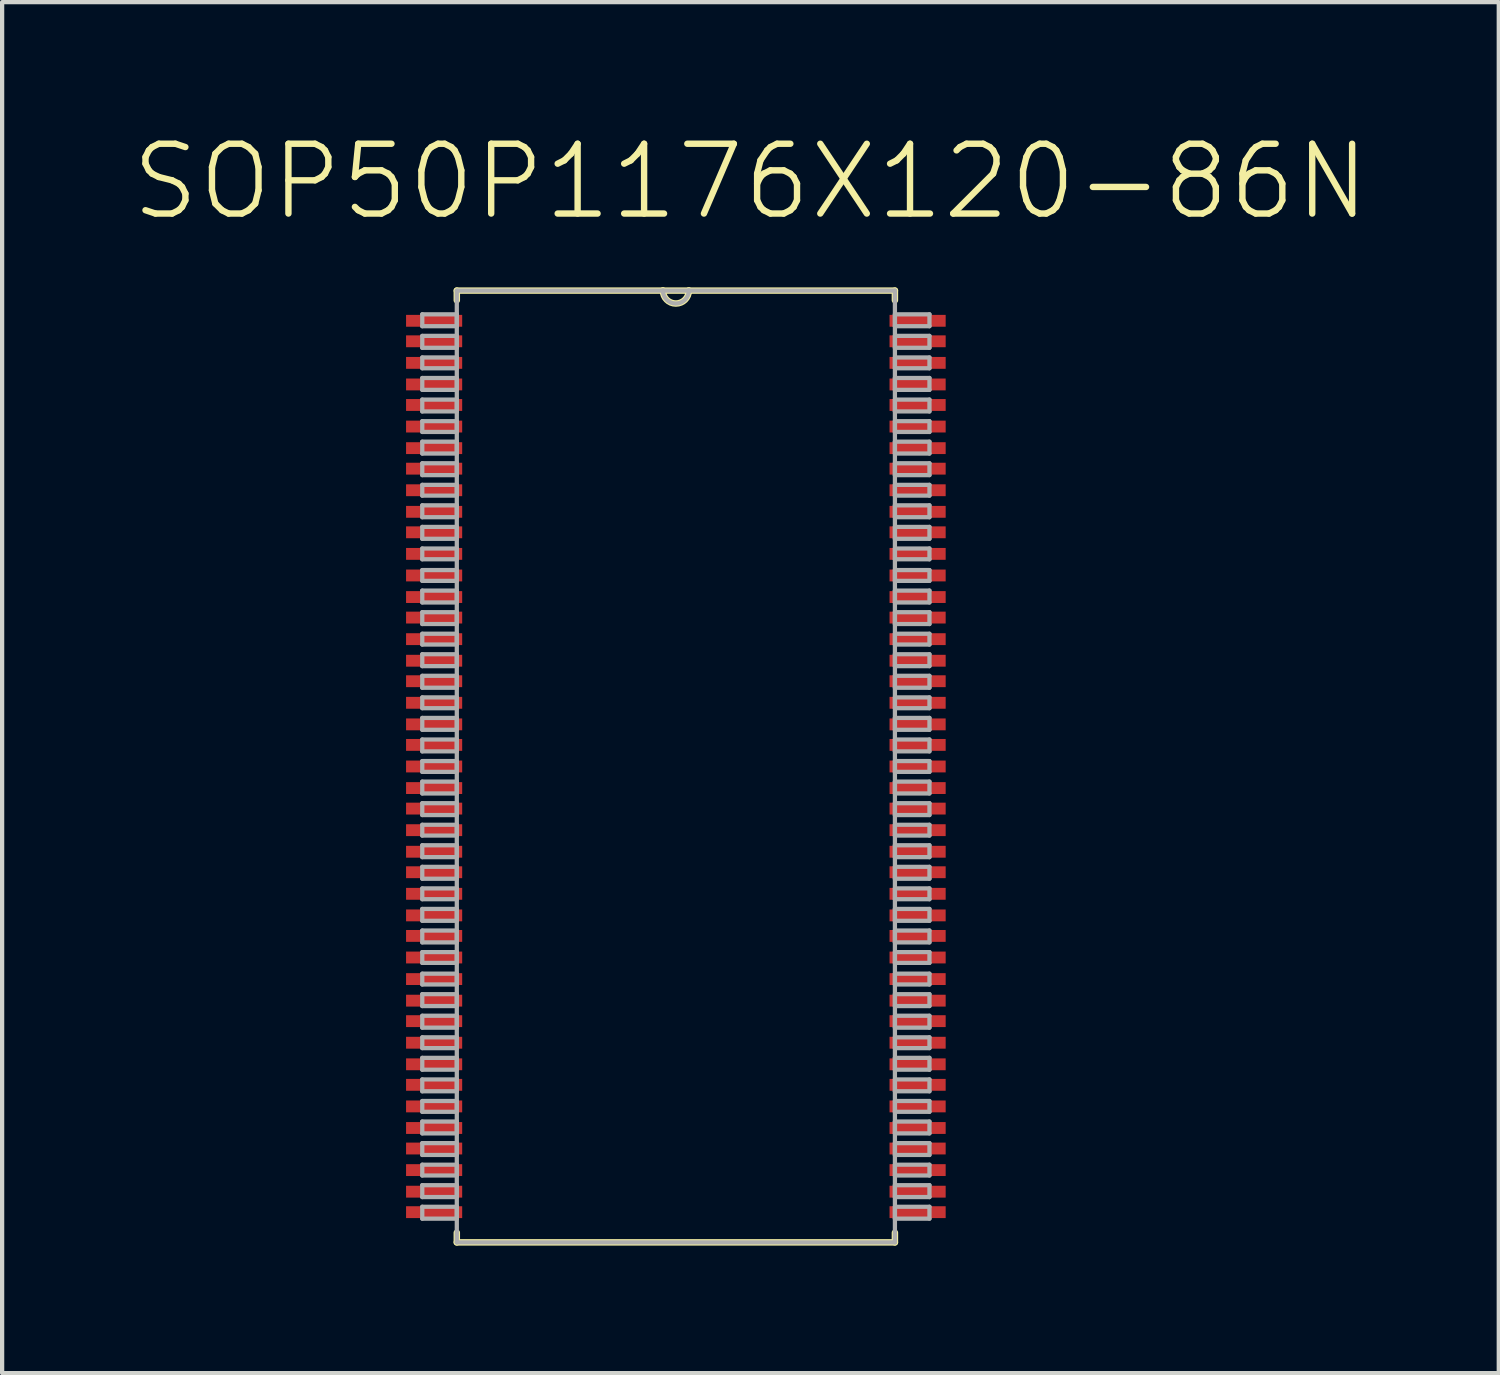
<source format=kicad_pcb>
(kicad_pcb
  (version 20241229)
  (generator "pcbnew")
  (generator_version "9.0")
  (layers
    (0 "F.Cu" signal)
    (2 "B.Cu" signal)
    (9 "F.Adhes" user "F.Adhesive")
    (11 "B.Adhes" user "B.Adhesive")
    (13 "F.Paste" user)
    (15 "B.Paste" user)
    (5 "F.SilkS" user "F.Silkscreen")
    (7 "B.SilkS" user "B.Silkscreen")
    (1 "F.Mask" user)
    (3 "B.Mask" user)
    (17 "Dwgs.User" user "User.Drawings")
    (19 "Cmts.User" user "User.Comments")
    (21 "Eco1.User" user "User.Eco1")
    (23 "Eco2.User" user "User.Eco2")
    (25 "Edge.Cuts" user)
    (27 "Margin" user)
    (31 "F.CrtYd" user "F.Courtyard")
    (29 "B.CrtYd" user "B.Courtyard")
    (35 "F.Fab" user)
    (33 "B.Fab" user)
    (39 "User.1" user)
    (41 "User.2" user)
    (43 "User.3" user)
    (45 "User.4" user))
  (footprint "SOP50P1176X120-86N"
    (layer "F.Cu")
    (at 12.858 14.991)
    (property "Reference" "SOP50P1176X120-86N" (at 1.756 -13.767 0) (layer "F.SilkS") (effects (font (size 1.643 1.643) (thickness 0.15))))
    (attr smd)
    (fp_line (start -5.156 -11.201) (end -5.156 -10.973) (stroke (width 0.152) (type solid)) (layer "F.SilkS"))
    (fp_line (start -5.156 10.973) (end -5.156 11.201) (stroke (width 0.152) (type solid)) (layer "F.SilkS"))
    (fp_line (start -5.156 11.201) (end 5.156 11.201) (stroke (width 0.152) (type solid)) (layer "F.SilkS"))
    (fp_line (start -0.305 -11.201) (end -5.156 -11.201) (stroke (width 0.152) (type solid)) (layer "F.SilkS"))
    (fp_line (start 0.305 -11.201) (end -0.305 -11.201) (stroke (width 0.152) (type solid)) (layer "F.SilkS"))
    (fp_line (start 5.156 -11.201) (end 0.305 -11.201) (stroke (width 0.152) (type solid)) (layer "F.SilkS"))
    (fp_line (start 5.156 -10.973) (end 5.156 -11.201) (stroke (width 0.152) (type solid)) (layer "F.SilkS"))
    (fp_line (start 5.156 11.201) (end 5.156 10.973) (stroke (width 0.152) (type solid)) (layer "F.SilkS"))
    (fp_arc (start 0.3048 -11.2014) (mid 0 -10.8966) (end -0.3048 -11.2014) (stroke (width 0.1524) (type solid)) (layer "F.SilkS"))
    (fp_line (start -5.969 -10.643) (end -5.969 -10.363) (stroke (width 0.1) (type solid)) (layer "F.Fab"))
    (fp_line (start -5.969 -10.363) (end -5.156 -10.363) (stroke (width 0.1) (type solid)) (layer "F.Fab"))
    (fp_line (start -5.969 -10.135) (end -5.969 -9.855) (stroke (width 0.1) (type solid)) (layer "F.Fab"))
    (fp_line (start -5.969 -9.855) (end -5.156 -9.855) (stroke (width 0.1) (type solid)) (layer "F.Fab"))
    (fp_line (start -5.969 -9.627) (end -5.969 -9.373) (stroke (width 0.1) (type solid)) (layer "F.Fab"))
    (fp_line (start -5.969 -9.373) (end -5.156 -9.373) (stroke (width 0.1) (type solid)) (layer "F.Fab"))
    (fp_line (start -5.969 -9.144) (end -5.969 -8.865) (stroke (width 0.1) (type solid)) (layer "F.Fab"))
    (fp_line (start -5.969 -8.865) (end -5.156 -8.865) (stroke (width 0.1) (type solid)) (layer "F.Fab"))
    (fp_line (start -5.969 -8.636) (end -5.969 -8.357) (stroke (width 0.1) (type solid)) (layer "F.Fab"))
    (fp_line (start -5.969 -8.357) (end -5.156 -8.357) (stroke (width 0.1) (type solid)) (layer "F.Fab"))
    (fp_line (start -5.969 -8.128) (end -5.969 -7.874) (stroke (width 0.1) (type solid)) (layer "F.Fab"))
    (fp_line (start -5.969 -7.874) (end -5.156 -7.874) (stroke (width 0.1) (type solid)) (layer "F.Fab"))
    (fp_line (start -5.969 -7.645) (end -5.969 -7.366) (stroke (width 0.1) (type solid)) (layer "F.Fab"))
    (fp_line (start -5.969 -7.366) (end -5.156 -7.366) (stroke (width 0.1) (type solid)) (layer "F.Fab"))
    (fp_line (start -5.969 -7.137) (end -5.969 -6.858) (stroke (width 0.1) (type solid)) (layer "F.Fab"))
    (fp_line (start -5.969 -6.858) (end -5.156 -6.858) (stroke (width 0.1) (type solid)) (layer "F.Fab"))
    (fp_line (start -5.969 -6.629) (end -5.969 -6.375) (stroke (width 0.1) (type solid)) (layer "F.Fab"))
    (fp_line (start -5.969 -6.375) (end -5.156 -6.375) (stroke (width 0.1) (type solid)) (layer "F.Fab"))
    (fp_line (start -5.969 -6.147) (end -5.969 -5.867) (stroke (width 0.1) (type solid)) (layer "F.Fab"))
    (fp_line (start -5.969 -5.867) (end -5.156 -5.867) (stroke (width 0.1) (type solid)) (layer "F.Fab"))
    (fp_line (start -5.969 -5.639) (end -5.969 -5.359) (stroke (width 0.1) (type solid)) (layer "F.Fab"))
    (fp_line (start -5.969 -5.359) (end -5.156 -5.359) (stroke (width 0.1) (type solid)) (layer "F.Fab"))
    (fp_line (start -5.969 -5.131) (end -5.969 -4.877) (stroke (width 0.1) (type solid)) (layer "F.Fab"))
    (fp_line (start -5.969 -4.877) (end -5.156 -4.877) (stroke (width 0.1) (type solid)) (layer "F.Fab"))
    (fp_line (start -5.969 -4.623) (end -5.969 -4.369) (stroke (width 0.1) (type solid)) (layer "F.Fab"))
    (fp_line (start -5.969 -4.369) (end -5.156 -4.369) (stroke (width 0.1) (type solid)) (layer "F.Fab"))
    (fp_line (start -5.969 -4.14) (end -5.969 -3.861) (stroke (width 0.1) (type solid)) (layer "F.Fab"))
    (fp_line (start -5.969 -3.861) (end -5.156 -3.861) (stroke (width 0.1) (type solid)) (layer "F.Fab"))
    (fp_line (start -5.969 -3.632) (end -5.969 -3.353) (stroke (width 0.1) (type solid)) (layer "F.Fab"))
    (fp_line (start -5.969 -3.353) (end -5.156 -3.353) (stroke (width 0.1) (type solid)) (layer "F.Fab"))
    (fp_line (start -5.969 -3.124) (end -5.969 -2.87) (stroke (width 0.1) (type solid)) (layer "F.Fab"))
    (fp_line (start -5.969 -2.87) (end -5.156 -2.87) (stroke (width 0.1) (type solid)) (layer "F.Fab"))
    (fp_line (start -5.969 -2.642) (end -5.969 -2.362) (stroke (width 0.1) (type solid)) (layer "F.Fab"))
    (fp_line (start -5.969 -2.362) (end -5.156 -2.362) (stroke (width 0.1) (type solid)) (layer "F.Fab"))
    (fp_line (start -5.969 -2.134) (end -5.969 -1.854) (stroke (width 0.1) (type solid)) (layer "F.Fab"))
    (fp_line (start -5.969 -1.854) (end -5.156 -1.854) (stroke (width 0.1) (type solid)) (layer "F.Fab"))
    (fp_line (start -5.969 -1.626) (end -5.969 -1.372) (stroke (width 0.1) (type solid)) (layer "F.Fab"))
    (fp_line (start -5.969 -1.372) (end -5.156 -1.372) (stroke (width 0.1) (type solid)) (layer "F.Fab"))
    (fp_line (start -5.969 -1.143) (end -5.969 -0.864) (stroke (width 0.1) (type solid)) (layer "F.Fab"))
    (fp_line (start -5.969 -0.864) (end -5.156 -0.864) (stroke (width 0.1) (type solid)) (layer "F.Fab"))
    (fp_line (start -5.969 -0.635) (end -5.969 -0.356) (stroke (width 0.1) (type solid)) (layer "F.Fab"))
    (fp_line (start -5.969 -0.356) (end -5.156 -0.356) (stroke (width 0.1) (type solid)) (layer "F.Fab"))
    (fp_line (start -5.969 -0.127) (end -5.969 0.127) (stroke (width 0.1) (type solid)) (layer "F.Fab"))
    (fp_line (start -5.969 0.127) (end -5.156 0.127) (stroke (width 0.1) (type solid)) (layer "F.Fab"))
    (fp_line (start -5.969 0.356) (end -5.969 0.635) (stroke (width 0.1) (type solid)) (layer "F.Fab"))
    (fp_line (start -5.969 0.635) (end -5.156 0.635) (stroke (width 0.1) (type solid)) (layer "F.Fab"))
    (fp_line (start -5.969 0.864) (end -5.969 1.143) (stroke (width 0.1) (type solid)) (layer "F.Fab"))
    (fp_line (start -5.969 1.143) (end -5.156 1.143) (stroke (width 0.1) (type solid)) (layer "F.Fab"))
    (fp_line (start -5.969 1.372) (end -5.969 1.626) (stroke (width 0.1) (type solid)) (layer "F.Fab"))
    (fp_line (start -5.969 1.626) (end -5.156 1.626) (stroke (width 0.1) (type solid)) (layer "F.Fab"))
    (fp_line (start -5.969 1.854) (end -5.969 2.134) (stroke (width 0.1) (type solid)) (layer "F.Fab"))
    (fp_line (start -5.969 2.134) (end -5.156 2.134) (stroke (width 0.1) (type solid)) (layer "F.Fab"))
    (fp_line (start -5.969 2.362) (end -5.969 2.642) (stroke (width 0.1) (type solid)) (layer "F.Fab"))
    (fp_line (start -5.969 2.642) (end -5.156 2.642) (stroke (width 0.1) (type solid)) (layer "F.Fab"))
    (fp_line (start -5.969 2.87) (end -5.969 3.124) (stroke (width 0.1) (type solid)) (layer "F.Fab"))
    (fp_line (start -5.969 3.124) (end -5.156 3.124) (stroke (width 0.1) (type solid)) (layer "F.Fab"))
    (fp_line (start -5.969 3.353) (end -5.969 3.632) (stroke (width 0.1) (type solid)) (layer "F.Fab"))
    (fp_line (start -5.969 3.632) (end -5.156 3.632) (stroke (width 0.1) (type solid)) (layer "F.Fab"))
    (fp_line (start -5.969 3.861) (end -5.969 4.14) (stroke (width 0.1) (type solid)) (layer "F.Fab"))
    (fp_line (start -5.969 4.14) (end -5.156 4.14) (stroke (width 0.1) (type solid)) (layer "F.Fab"))
    (fp_line (start -5.969 4.369) (end -5.969 4.623) (stroke (width 0.1) (type solid)) (layer "F.Fab"))
    (fp_line (start -5.969 4.623) (end -5.156 4.623) (stroke (width 0.1) (type solid)) (layer "F.Fab"))
    (fp_line (start -5.969 4.877) (end -5.969 5.131) (stroke (width 0.1) (type solid)) (layer "F.Fab"))
    (fp_line (start -5.969 5.131) (end -5.156 5.131) (stroke (width 0.1) (type solid)) (layer "F.Fab"))
    (fp_line (start -5.969 5.359) (end -5.969 5.639) (stroke (width 0.1) (type solid)) (layer "F.Fab"))
    (fp_line (start -5.969 5.639) (end -5.156 5.639) (stroke (width 0.1) (type solid)) (layer "F.Fab"))
    (fp_line (start -5.969 5.867) (end -5.969 6.147) (stroke (width 0.1) (type solid)) (layer "F.Fab"))
    (fp_line (start -5.969 6.147) (end -5.156 6.147) (stroke (width 0.1) (type solid)) (layer "F.Fab"))
    (fp_line (start -5.969 6.375) (end -5.969 6.629) (stroke (width 0.1) (type solid)) (layer "F.Fab"))
    (fp_line (start -5.969 6.629) (end -5.156 6.629) (stroke (width 0.1) (type solid)) (layer "F.Fab"))
    (fp_line (start -5.969 6.858) (end -5.969 7.137) (stroke (width 0.1) (type solid)) (layer "F.Fab"))
    (fp_line (start -5.969 7.137) (end -5.156 7.137) (stroke (width 0.1) (type solid)) (layer "F.Fab"))
    (fp_line (start -5.969 7.366) (end -5.969 7.645) (stroke (width 0.1) (type solid)) (layer "F.Fab"))
    (fp_line (start -5.969 7.645) (end -5.156 7.645) (stroke (width 0.1) (type solid)) (layer "F.Fab"))
    (fp_line (start -5.969 7.874) (end -5.969 8.128) (stroke (width 0.1) (type solid)) (layer "F.Fab"))
    (fp_line (start -5.969 8.128) (end -5.156 8.128) (stroke (width 0.1) (type solid)) (layer "F.Fab"))
    (fp_line (start -5.969 8.357) (end -5.969 8.636) (stroke (width 0.1) (type solid)) (layer "F.Fab"))
    (fp_line (start -5.969 8.636) (end -5.156 8.636) (stroke (width 0.1) (type solid)) (layer "F.Fab"))
    (fp_line (start -5.969 8.865) (end -5.969 9.144) (stroke (width 0.1) (type solid)) (layer "F.Fab"))
    (fp_line (start -5.969 9.144) (end -5.156 9.144) (stroke (width 0.1) (type solid)) (layer "F.Fab"))
    (fp_line (start -5.969 9.373) (end -5.969 9.627) (stroke (width 0.1) (type solid)) (layer "F.Fab"))
    (fp_line (start -5.969 9.627) (end -5.156 9.627) (stroke (width 0.1) (type solid)) (layer "F.Fab"))
    (fp_line (start -5.969 9.855) (end -5.969 10.135) (stroke (width 0.1) (type solid)) (layer "F.Fab"))
    (fp_line (start -5.969 10.135) (end -5.156 10.135) (stroke (width 0.1) (type solid)) (layer "F.Fab"))
    (fp_line (start -5.969 10.363) (end -5.969 10.643) (stroke (width 0.1) (type solid)) (layer "F.Fab"))
    (fp_line (start -5.969 10.643) (end -5.156 10.643) (stroke (width 0.1) (type solid)) (layer "F.Fab"))
    (fp_line (start -5.156 -11.201) (end -5.156 11.201) (stroke (width 0.1) (type solid)) (layer "F.Fab"))
    (fp_line (start -5.156 -10.643) (end -5.969 -10.643) (stroke (width 0.1) (type solid)) (layer "F.Fab"))
    (fp_line (start -5.156 -10.363) (end -5.156 -10.643) (stroke (width 0.1) (type solid)) (layer "F.Fab"))
    (fp_line (start -5.156 -10.135) (end -5.969 -10.135) (stroke (width 0.1) (type solid)) (layer "F.Fab"))
    (fp_line (start -5.156 -9.855) (end -5.156 -10.135) (stroke (width 0.1) (type solid)) (layer "F.Fab"))
    (fp_line (start -5.156 -9.627) (end -5.969 -9.627) (stroke (width 0.1) (type solid)) (layer "F.Fab"))
    (fp_line (start -5.156 -9.373) (end -5.156 -9.627) (stroke (width 0.1) (type solid)) (layer "F.Fab"))
    (fp_line (start -5.156 -9.144) (end -5.969 -9.144) (stroke (width 0.1) (type solid)) (layer "F.Fab"))
    (fp_line (start -5.156 -8.865) (end -5.156 -9.144) (stroke (width 0.1) (type solid)) (layer "F.Fab"))
    (fp_line (start -5.156 -8.636) (end -5.969 -8.636) (stroke (width 0.1) (type solid)) (layer "F.Fab"))
    (fp_line (start -5.156 -8.357) (end -5.156 -8.636) (stroke (width 0.1) (type solid)) (layer "F.Fab"))
    (fp_line (start -5.156 -8.128) (end -5.969 -8.128) (stroke (width 0.1) (type solid)) (layer "F.Fab"))
    (fp_line (start -5.156 -7.874) (end -5.156 -8.128) (stroke (width 0.1) (type solid)) (layer "F.Fab"))
    (fp_line (start -5.156 -7.645) (end -5.969 -7.645) (stroke (width 0.1) (type solid)) (layer "F.Fab"))
    (fp_line (start -5.156 -7.366) (end -5.156 -7.645) (stroke (width 0.1) (type solid)) (layer "F.Fab"))
    (fp_line (start -5.156 -7.137) (end -5.969 -7.137) (stroke (width 0.1) (type solid)) (layer "F.Fab"))
    (fp_line (start -5.156 -6.858) (end -5.156 -7.137) (stroke (width 0.1) (type solid)) (layer "F.Fab"))
    (fp_line (start -5.156 -6.629) (end -5.969 -6.629) (stroke (width 0.1) (type solid)) (layer "F.Fab"))
    (fp_line (start -5.156 -6.375) (end -5.156 -6.629) (stroke (width 0.1) (type solid)) (layer "F.Fab"))
    (fp_line (start -5.156 -6.147) (end -5.969 -6.147) (stroke (width 0.1) (type solid)) (layer "F.Fab"))
    (fp_line (start -5.156 -5.867) (end -5.156 -6.147) (stroke (width 0.1) (type solid)) (layer "F.Fab"))
    (fp_line (start -5.156 -5.639) (end -5.969 -5.639) (stroke (width 0.1) (type solid)) (layer "F.Fab"))
    (fp_line (start -5.156 -5.359) (end -5.156 -5.639) (stroke (width 0.1) (type solid)) (layer "F.Fab"))
    (fp_line (start -5.156 -5.131) (end -5.969 -5.131) (stroke (width 0.1) (type solid)) (layer "F.Fab"))
    (fp_line (start -5.156 -4.877) (end -5.156 -5.131) (stroke (width 0.1) (type solid)) (layer "F.Fab"))
    (fp_line (start -5.156 -4.623) (end -5.969 -4.623) (stroke (width 0.1) (type solid)) (layer "F.Fab"))
    (fp_line (start -5.156 -4.369) (end -5.156 -4.623) (stroke (width 0.1) (type solid)) (layer "F.Fab"))
    (fp_line (start -5.156 -4.14) (end -5.969 -4.14) (stroke (width 0.1) (type solid)) (layer "F.Fab"))
    (fp_line (start -5.156 -3.861) (end -5.156 -4.14) (stroke (width 0.1) (type solid)) (layer "F.Fab"))
    (fp_line (start -5.156 -3.632) (end -5.969 -3.632) (stroke (width 0.1) (type solid)) (layer "F.Fab"))
    (fp_line (start -5.156 -3.353) (end -5.156 -3.632) (stroke (width 0.1) (type solid)) (layer "F.Fab"))
    (fp_line (start -5.156 -3.124) (end -5.969 -3.124) (stroke (width 0.1) (type solid)) (layer "F.Fab"))
    (fp_line (start -5.156 -2.87) (end -5.156 -3.124) (stroke (width 0.1) (type solid)) (layer "F.Fab"))
    (fp_line (start -5.156 -2.642) (end -5.969 -2.642) (stroke (width 0.1) (type solid)) (layer "F.Fab"))
    (fp_line (start -5.156 -2.362) (end -5.156 -2.642) (stroke (width 0.1) (type solid)) (layer "F.Fab"))
    (fp_line (start -5.156 -2.134) (end -5.969 -2.134) (stroke (width 0.1) (type solid)) (layer "F.Fab"))
    (fp_line (start -5.156 -1.854) (end -5.156 -2.134) (stroke (width 0.1) (type solid)) (layer "F.Fab"))
    (fp_line (start -5.156 -1.626) (end -5.969 -1.626) (stroke (width 0.1) (type solid)) (layer "F.Fab"))
    (fp_line (start -5.156 -1.372) (end -5.156 -1.626) (stroke (width 0.1) (type solid)) (layer "F.Fab"))
    (fp_line (start -5.156 -1.143) (end -5.969 -1.143) (stroke (width 0.1) (type solid)) (layer "F.Fab"))
    (fp_line (start -5.156 -0.864) (end -5.156 -1.143) (stroke (width 0.1) (type solid)) (layer "F.Fab"))
    (fp_line (start -5.156 -0.635) (end -5.969 -0.635) (stroke (width 0.1) (type solid)) (layer "F.Fab"))
    (fp_line (start -5.156 -0.356) (end -5.156 -0.635) (stroke (width 0.1) (type solid)) (layer "F.Fab"))
    (fp_line (start -5.156 -0.127) (end -5.969 -0.127) (stroke (width 0.1) (type solid)) (layer "F.Fab"))
    (fp_line (start -5.156 0.127) (end -5.156 -0.127) (stroke (width 0.1) (type solid)) (layer "F.Fab"))
    (fp_line (start -5.156 0.356) (end -5.969 0.356) (stroke (width 0.1) (type solid)) (layer "F.Fab"))
    (fp_line (start -5.156 0.635) (end -5.156 0.356) (stroke (width 0.1) (type solid)) (layer "F.Fab"))
    (fp_line (start -5.156 0.864) (end -5.969 0.864) (stroke (width 0.1) (type solid)) (layer "F.Fab"))
    (fp_line (start -5.156 1.143) (end -5.156 0.864) (stroke (width 0.1) (type solid)) (layer "F.Fab"))
    (fp_line (start -5.156 1.372) (end -5.969 1.372) (stroke (width 0.1) (type solid)) (layer "F.Fab"))
    (fp_line (start -5.156 1.626) (end -5.156 1.372) (stroke (width 0.1) (type solid)) (layer "F.Fab"))
    (fp_line (start -5.156 1.854) (end -5.969 1.854) (stroke (width 0.1) (type solid)) (layer "F.Fab"))
    (fp_line (start -5.156 2.134) (end -5.156 1.854) (stroke (width 0.1) (type solid)) (layer "F.Fab"))
    (fp_line (start -5.156 2.362) (end -5.969 2.362) (stroke (width 0.1) (type solid)) (layer "F.Fab"))
    (fp_line (start -5.156 2.642) (end -5.156 2.362) (stroke (width 0.1) (type solid)) (layer "F.Fab"))
    (fp_line (start -5.156 2.87) (end -5.969 2.87) (stroke (width 0.1) (type solid)) (layer "F.Fab"))
    (fp_line (start -5.156 3.124) (end -5.156 2.87) (stroke (width 0.1) (type solid)) (layer "F.Fab"))
    (fp_line (start -5.156 3.353) (end -5.969 3.353) (stroke (width 0.1) (type solid)) (layer "F.Fab"))
    (fp_line (start -5.156 3.632) (end -5.156 3.353) (stroke (width 0.1) (type solid)) (layer "F.Fab"))
    (fp_line (start -5.156 3.861) (end -5.969 3.861) (stroke (width 0.1) (type solid)) (layer "F.Fab"))
    (fp_line (start -5.156 4.14) (end -5.156 3.861) (stroke (width 0.1) (type solid)) (layer "F.Fab"))
    (fp_line (start -5.156 4.369) (end -5.969 4.369) (stroke (width 0.1) (type solid)) (layer "F.Fab"))
    (fp_line (start -5.156 4.623) (end -5.156 4.369) (stroke (width 0.1) (type solid)) (layer "F.Fab"))
    (fp_line (start -5.156 4.877) (end -5.969 4.877) (stroke (width 0.1) (type solid)) (layer "F.Fab"))
    (fp_line (start -5.156 5.131) (end -5.156 4.877) (stroke (width 0.1) (type solid)) (layer "F.Fab"))
    (fp_line (start -5.156 5.359) (end -5.969 5.359) (stroke (width 0.1) (type solid)) (layer "F.Fab"))
    (fp_line (start -5.156 5.639) (end -5.156 5.359) (stroke (width 0.1) (type solid)) (layer "F.Fab"))
    (fp_line (start -5.156 5.867) (end -5.969 5.867) (stroke (width 0.1) (type solid)) (layer "F.Fab"))
    (fp_line (start -5.156 6.147) (end -5.156 5.867) (stroke (width 0.1) (type solid)) (layer "F.Fab"))
    (fp_line (start -5.156 6.375) (end -5.969 6.375) (stroke (width 0.1) (type solid)) (layer "F.Fab"))
    (fp_line (start -5.156 6.629) (end -5.156 6.375) (stroke (width 0.1) (type solid)) (layer "F.Fab"))
    (fp_line (start -5.156 6.858) (end -5.969 6.858) (stroke (width 0.1) (type solid)) (layer "F.Fab"))
    (fp_line (start -5.156 7.137) (end -5.156 6.858) (stroke (width 0.1) (type solid)) (layer "F.Fab"))
    (fp_line (start -5.156 7.366) (end -5.969 7.366) (stroke (width 0.1) (type solid)) (layer "F.Fab"))
    (fp_line (start -5.156 7.645) (end -5.156 7.366) (stroke (width 0.1) (type solid)) (layer "F.Fab"))
    (fp_line (start -5.156 7.874) (end -5.969 7.874) (stroke (width 0.1) (type solid)) (layer "F.Fab"))
    (fp_line (start -5.156 8.128) (end -5.156 7.874) (stroke (width 0.1) (type solid)) (layer "F.Fab"))
    (fp_line (start -5.156 8.357) (end -5.969 8.357) (stroke (width 0.1) (type solid)) (layer "F.Fab"))
    (fp_line (start -5.156 8.636) (end -5.156 8.357) (stroke (width 0.1) (type solid)) (layer "F.Fab"))
    (fp_line (start -5.156 8.865) (end -5.969 8.865) (stroke (width 0.1) (type solid)) (layer "F.Fab"))
    (fp_line (start -5.156 9.144) (end -5.156 8.865) (stroke (width 0.1) (type solid)) (layer "F.Fab"))
    (fp_line (start -5.156 9.373) (end -5.969 9.373) (stroke (width 0.1) (type solid)) (layer "F.Fab"))
    (fp_line (start -5.156 9.627) (end -5.156 9.373) (stroke (width 0.1) (type solid)) (layer "F.Fab"))
    (fp_line (start -5.156 9.855) (end -5.969 9.855) (stroke (width 0.1) (type solid)) (layer "F.Fab"))
    (fp_line (start -5.156 10.135) (end -5.156 9.855) (stroke (width 0.1) (type solid)) (layer "F.Fab"))
    (fp_line (start -5.156 10.363) (end -5.969 10.363) (stroke (width 0.1) (type solid)) (layer "F.Fab"))
    (fp_line (start -5.156 10.643) (end -5.156 10.363) (stroke (width 0.1) (type solid)) (layer "F.Fab"))
    (fp_line (start -5.156 11.201) (end 5.156 11.201) (stroke (width 0.1) (type solid)) (layer "F.Fab"))
    (fp_line (start -0.305 -11.201) (end -5.156 -11.201) (stroke (width 0.1) (type solid)) (layer "F.Fab"))
    (fp_line (start 0.305 -11.201) (end -0.305 -11.201) (stroke (width 0.1) (type solid)) (layer "F.Fab"))
    (fp_line (start 5.156 -11.201) (end 0.305 -11.201) (stroke (width 0.1) (type solid)) (layer "F.Fab"))
    (fp_line (start 5.156 -10.643) (end 5.156 -10.363) (stroke (width 0.1) (type solid)) (layer "F.Fab"))
    (fp_line (start 5.156 -10.363) (end 5.969 -10.363) (stroke (width 0.1) (type solid)) (layer "F.Fab"))
    (fp_line (start 5.156 -10.135) (end 5.156 -9.855) (stroke (width 0.1) (type solid)) (layer "F.Fab"))
    (fp_line (start 5.156 -9.855) (end 5.969 -9.855) (stroke (width 0.1) (type solid)) (layer "F.Fab"))
    (fp_line (start 5.156 -9.627) (end 5.156 -9.373) (stroke (width 0.1) (type solid)) (layer "F.Fab"))
    (fp_line (start 5.156 -9.373) (end 5.969 -9.373) (stroke (width 0.1) (type solid)) (layer "F.Fab"))
    (fp_line (start 5.156 -9.144) (end 5.156 -8.865) (stroke (width 0.1) (type solid)) (layer "F.Fab"))
    (fp_line (start 5.156 -8.865) (end 5.969 -8.865) (stroke (width 0.1) (type solid)) (layer "F.Fab"))
    (fp_line (start 5.156 -8.636) (end 5.156 -8.357) (stroke (width 0.1) (type solid)) (layer "F.Fab"))
    (fp_line (start 5.156 -8.357) (end 5.969 -8.357) (stroke (width 0.1) (type solid)) (layer "F.Fab"))
    (fp_line (start 5.156 -8.128) (end 5.156 -7.874) (stroke (width 0.1) (type solid)) (layer "F.Fab"))
    (fp_line (start 5.156 -7.874) (end 5.969 -7.874) (stroke (width 0.1) (type solid)) (layer "F.Fab"))
    (fp_line (start 5.156 -7.645) (end 5.156 -7.366) (stroke (width 0.1) (type solid)) (layer "F.Fab"))
    (fp_line (start 5.156 -7.366) (end 5.969 -7.366) (stroke (width 0.1) (type solid)) (layer "F.Fab"))
    (fp_line (start 5.156 -7.137) (end 5.156 -6.858) (stroke (width 0.1) (type solid)) (layer "F.Fab"))
    (fp_line (start 5.156 -6.858) (end 5.969 -6.858) (stroke (width 0.1) (type solid)) (layer "F.Fab"))
    (fp_line (start 5.156 -6.629) (end 5.156 -6.375) (stroke (width 0.1) (type solid)) (layer "F.Fab"))
    (fp_line (start 5.156 -6.375) (end 5.969 -6.375) (stroke (width 0.1) (type solid)) (layer "F.Fab"))
    (fp_line (start 5.156 -6.147) (end 5.156 -5.867) (stroke (width 0.1) (type solid)) (layer "F.Fab"))
    (fp_line (start 5.156 -5.867) (end 5.969 -5.867) (stroke (width 0.1) (type solid)) (layer "F.Fab"))
    (fp_line (start 5.156 -5.639) (end 5.156 -5.359) (stroke (width 0.1) (type solid)) (layer "F.Fab"))
    (fp_line (start 5.156 -5.359) (end 5.969 -5.359) (stroke (width 0.1) (type solid)) (layer "F.Fab"))
    (fp_line (start 5.156 -5.131) (end 5.156 -4.877) (stroke (width 0.1) (type solid)) (layer "F.Fab"))
    (fp_line (start 5.156 -4.877) (end 5.969 -4.877) (stroke (width 0.1) (type solid)) (layer "F.Fab"))
    (fp_line (start 5.156 -4.623) (end 5.156 -4.369) (stroke (width 0.1) (type solid)) (layer "F.Fab"))
    (fp_line (start 5.156 -4.369) (end 5.969 -4.369) (stroke (width 0.1) (type solid)) (layer "F.Fab"))
    (fp_line (start 5.156 -4.14) (end 5.156 -3.861) (stroke (width 0.1) (type solid)) (layer "F.Fab"))
    (fp_line (start 5.156 -3.861) (end 5.969 -3.861) (stroke (width 0.1) (type solid)) (layer "F.Fab"))
    (fp_line (start 5.156 -3.632) (end 5.156 -3.353) (stroke (width 0.1) (type solid)) (layer "F.Fab"))
    (fp_line (start 5.156 -3.353) (end 5.969 -3.353) (stroke (width 0.1) (type solid)) (layer "F.Fab"))
    (fp_line (start 5.156 -3.124) (end 5.156 -2.87) (stroke (width 0.1) (type solid)) (layer "F.Fab"))
    (fp_line (start 5.156 -2.87) (end 5.969 -2.87) (stroke (width 0.1) (type solid)) (layer "F.Fab"))
    (fp_line (start 5.156 -2.642) (end 5.156 -2.362) (stroke (width 0.1) (type solid)) (layer "F.Fab"))
    (fp_line (start 5.156 -2.362) (end 5.969 -2.362) (stroke (width 0.1) (type solid)) (layer "F.Fab"))
    (fp_line (start 5.156 -2.134) (end 5.156 -1.854) (stroke (width 0.1) (type solid)) (layer "F.Fab"))
    (fp_line (start 5.156 -1.854) (end 5.969 -1.854) (stroke (width 0.1) (type solid)) (layer "F.Fab"))
    (fp_line (start 5.156 -1.626) (end 5.156 -1.372) (stroke (width 0.1) (type solid)) (layer "F.Fab"))
    (fp_line (start 5.156 -1.372) (end 5.969 -1.372) (stroke (width 0.1) (type solid)) (layer "F.Fab"))
    (fp_line (start 5.156 -1.143) (end 5.156 -0.864) (stroke (width 0.1) (type solid)) (layer "F.Fab"))
    (fp_line (start 5.156 -0.864) (end 5.969 -0.864) (stroke (width 0.1) (type solid)) (layer "F.Fab"))
    (fp_line (start 5.156 -0.635) (end 5.156 -0.356) (stroke (width 0.1) (type solid)) (layer "F.Fab"))
    (fp_line (start 5.156 -0.356) (end 5.969 -0.356) (stroke (width 0.1) (type solid)) (layer "F.Fab"))
    (fp_line (start 5.156 -0.127) (end 5.156 0.127) (stroke (width 0.1) (type solid)) (layer "F.Fab"))
    (fp_line (start 5.156 0.127) (end 5.969 0.127) (stroke (width 0.1) (type solid)) (layer "F.Fab"))
    (fp_line (start 5.156 0.356) (end 5.156 0.635) (stroke (width 0.1) (type solid)) (layer "F.Fab"))
    (fp_line (start 5.156 0.635) (end 5.969 0.635) (stroke (width 0.1) (type solid)) (layer "F.Fab"))
    (fp_line (start 5.156 0.864) (end 5.156 1.143) (stroke (width 0.1) (type solid)) (layer "F.Fab"))
    (fp_line (start 5.156 1.143) (end 5.969 1.143) (stroke (width 0.1) (type solid)) (layer "F.Fab"))
    (fp_line (start 5.156 1.372) (end 5.156 1.626) (stroke (width 0.1) (type solid)) (layer "F.Fab"))
    (fp_line (start 5.156 1.626) (end 5.969 1.626) (stroke (width 0.1) (type solid)) (layer "F.Fab"))
    (fp_line (start 5.156 1.854) (end 5.156 2.134) (stroke (width 0.1) (type solid)) (layer "F.Fab"))
    (fp_line (start 5.156 2.134) (end 5.969 2.134) (stroke (width 0.1) (type solid)) (layer "F.Fab"))
    (fp_line (start 5.156 2.362) (end 5.156 2.642) (stroke (width 0.1) (type solid)) (layer "F.Fab"))
    (fp_line (start 5.156 2.642) (end 5.969 2.642) (stroke (width 0.1) (type solid)) (layer "F.Fab"))
    (fp_line (start 5.156 2.87) (end 5.156 3.124) (stroke (width 0.1) (type solid)) (layer "F.Fab"))
    (fp_line (start 5.156 3.124) (end 5.969 3.124) (stroke (width 0.1) (type solid)) (layer "F.Fab"))
    (fp_line (start 5.156 3.353) (end 5.156 3.632) (stroke (width 0.1) (type solid)) (layer "F.Fab"))
    (fp_line (start 5.156 3.632) (end 5.969 3.632) (stroke (width 0.1) (type solid)) (layer "F.Fab"))
    (fp_line (start 5.156 3.861) (end 5.156 4.14) (stroke (width 0.1) (type solid)) (layer "F.Fab"))
    (fp_line (start 5.156 4.14) (end 5.969 4.14) (stroke (width 0.1) (type solid)) (layer "F.Fab"))
    (fp_line (start 5.156 4.369) (end 5.156 4.623) (stroke (width 0.1) (type solid)) (layer "F.Fab"))
    (fp_line (start 5.156 4.623) (end 5.969 4.623) (stroke (width 0.1) (type solid)) (layer "F.Fab"))
    (fp_line (start 5.156 4.877) (end 5.156 5.131) (stroke (width 0.1) (type solid)) (layer "F.Fab"))
    (fp_line (start 5.156 5.131) (end 5.969 5.131) (stroke (width 0.1) (type solid)) (layer "F.Fab"))
    (fp_line (start 5.156 5.359) (end 5.156 5.639) (stroke (width 0.1) (type solid)) (layer "F.Fab"))
    (fp_line (start 5.156 5.639) (end 5.969 5.639) (stroke (width 0.1) (type solid)) (layer "F.Fab"))
    (fp_line (start 5.156 5.867) (end 5.156 6.147) (stroke (width 0.1) (type solid)) (layer "F.Fab"))
    (fp_line (start 5.156 6.147) (end 5.969 6.147) (stroke (width 0.1) (type solid)) (layer "F.Fab"))
    (fp_line (start 5.156 6.375) (end 5.156 6.629) (stroke (width 0.1) (type solid)) (layer "F.Fab"))
    (fp_line (start 5.156 6.629) (end 5.969 6.629) (stroke (width 0.1) (type solid)) (layer "F.Fab"))
    (fp_line (start 5.156 6.858) (end 5.156 7.137) (stroke (width 0.1) (type solid)) (layer "F.Fab"))
    (fp_line (start 5.156 7.137) (end 5.969 7.137) (stroke (width 0.1) (type solid)) (layer "F.Fab"))
    (fp_line (start 5.156 7.366) (end 5.156 7.645) (stroke (width 0.1) (type solid)) (layer "F.Fab"))
    (fp_line (start 5.156 7.645) (end 5.969 7.645) (stroke (width 0.1) (type solid)) (layer "F.Fab"))
    (fp_line (start 5.156 7.874) (end 5.156 8.128) (stroke (width 0.1) (type solid)) (layer "F.Fab"))
    (fp_line (start 5.156 8.128) (end 5.969 8.128) (stroke (width 0.1) (type solid)) (layer "F.Fab"))
    (fp_line (start 5.156 8.357) (end 5.156 8.636) (stroke (width 0.1) (type solid)) (layer "F.Fab"))
    (fp_line (start 5.156 8.636) (end 5.969 8.636) (stroke (width 0.1) (type solid)) (layer "F.Fab"))
    (fp_line (start 5.156 8.865) (end 5.156 9.144) (stroke (width 0.1) (type solid)) (layer "F.Fab"))
    (fp_line (start 5.156 9.144) (end 5.969 9.144) (stroke (width 0.1) (type solid)) (layer "F.Fab"))
    (fp_line (start 5.156 9.373) (end 5.156 9.627) (stroke (width 0.1) (type solid)) (layer "F.Fab"))
    (fp_line (start 5.156 9.627) (end 5.969 9.627) (stroke (width 0.1) (type solid)) (layer "F.Fab"))
    (fp_line (start 5.156 9.855) (end 5.156 10.135) (stroke (width 0.1) (type solid)) (layer "F.Fab"))
    (fp_line (start 5.156 10.135) (end 5.969 10.135) (stroke (width 0.1) (type solid)) (layer "F.Fab"))
    (fp_line (start 5.156 10.363) (end 5.156 10.643) (stroke (width 0.1) (type solid)) (layer "F.Fab"))
    (fp_line (start 5.156 10.643) (end 5.969 10.643) (stroke (width 0.1) (type solid)) (layer "F.Fab"))
    (fp_line (start 5.156 11.201) (end 5.156 -11.201) (stroke (width 0.1) (type solid)) (layer "F.Fab"))
    (fp_line (start 5.969 -10.643) (end 5.156 -10.643) (stroke (width 0.1) (type solid)) (layer "F.Fab"))
    (fp_line (start 5.969 -10.363) (end 5.969 -10.643) (stroke (width 0.1) (type solid)) (layer "F.Fab"))
    (fp_line (start 5.969 -10.135) (end 5.156 -10.135) (stroke (width 0.1) (type solid)) (layer "F.Fab"))
    (fp_line (start 5.969 -9.855) (end 5.969 -10.135) (stroke (width 0.1) (type solid)) (layer "F.Fab"))
    (fp_line (start 5.969 -9.627) (end 5.156 -9.627) (stroke (width 0.1) (type solid)) (layer "F.Fab"))
    (fp_line (start 5.969 -9.373) (end 5.969 -9.627) (stroke (width 0.1) (type solid)) (layer "F.Fab"))
    (fp_line (start 5.969 -9.144) (end 5.156 -9.144) (stroke (width 0.1) (type solid)) (layer "F.Fab"))
    (fp_line (start 5.969 -8.865) (end 5.969 -9.144) (stroke (width 0.1) (type solid)) (layer "F.Fab"))
    (fp_line (start 5.969 -8.636) (end 5.156 -8.636) (stroke (width 0.1) (type solid)) (layer "F.Fab"))
    (fp_line (start 5.969 -8.357) (end 5.969 -8.636) (stroke (width 0.1) (type solid)) (layer "F.Fab"))
    (fp_line (start 5.969 -8.128) (end 5.156 -8.128) (stroke (width 0.1) (type solid)) (layer "F.Fab"))
    (fp_line (start 5.969 -7.874) (end 5.969 -8.128) (stroke (width 0.1) (type solid)) (layer "F.Fab"))
    (fp_line (start 5.969 -7.645) (end 5.156 -7.645) (stroke (width 0.1) (type solid)) (layer "F.Fab"))
    (fp_line (start 5.969 -7.366) (end 5.969 -7.645) (stroke (width 0.1) (type solid)) (layer "F.Fab"))
    (fp_line (start 5.969 -7.137) (end 5.156 -7.137) (stroke (width 0.1) (type solid)) (layer "F.Fab"))
    (fp_line (start 5.969 -6.858) (end 5.969 -7.137) (stroke (width 0.1) (type solid)) (layer "F.Fab"))
    (fp_line (start 5.969 -6.629) (end 5.156 -6.629) (stroke (width 0.1) (type solid)) (layer "F.Fab"))
    (fp_line (start 5.969 -6.375) (end 5.969 -6.629) (stroke (width 0.1) (type solid)) (layer "F.Fab"))
    (fp_line (start 5.969 -6.147) (end 5.156 -6.147) (stroke (width 0.1) (type solid)) (layer "F.Fab"))
    (fp_line (start 5.969 -5.867) (end 5.969 -6.147) (stroke (width 0.1) (type solid)) (layer "F.Fab"))
    (fp_line (start 5.969 -5.639) (end 5.156 -5.639) (stroke (width 0.1) (type solid)) (layer "F.Fab"))
    (fp_line (start 5.969 -5.359) (end 5.969 -5.639) (stroke (width 0.1) (type solid)) (layer "F.Fab"))
    (fp_line (start 5.969 -5.131) (end 5.156 -5.131) (stroke (width 0.1) (type solid)) (layer "F.Fab"))
    (fp_line (start 5.969 -4.877) (end 5.969 -5.131) (stroke (width 0.1) (type solid)) (layer "F.Fab"))
    (fp_line (start 5.969 -4.623) (end 5.156 -4.623) (stroke (width 0.1) (type solid)) (layer "F.Fab"))
    (fp_line (start 5.969 -4.369) (end 5.969 -4.623) (stroke (width 0.1) (type solid)) (layer "F.Fab"))
    (fp_line (start 5.969 -4.14) (end 5.156 -4.14) (stroke (width 0.1) (type solid)) (layer "F.Fab"))
    (fp_line (start 5.969 -3.861) (end 5.969 -4.14) (stroke (width 0.1) (type solid)) (layer "F.Fab"))
    (fp_line (start 5.969 -3.632) (end 5.156 -3.632) (stroke (width 0.1) (type solid)) (layer "F.Fab"))
    (fp_line (start 5.969 -3.353) (end 5.969 -3.632) (stroke (width 0.1) (type solid)) (layer "F.Fab"))
    (fp_line (start 5.969 -3.124) (end 5.156 -3.124) (stroke (width 0.1) (type solid)) (layer "F.Fab"))
    (fp_line (start 5.969 -2.87) (end 5.969 -3.124) (stroke (width 0.1) (type solid)) (layer "F.Fab"))
    (fp_line (start 5.969 -2.642) (end 5.156 -2.642) (stroke (width 0.1) (type solid)) (layer "F.Fab"))
    (fp_line (start 5.969 -2.362) (end 5.969 -2.642) (stroke (width 0.1) (type solid)) (layer "F.Fab"))
    (fp_line (start 5.969 -2.134) (end 5.156 -2.134) (stroke (width 0.1) (type solid)) (layer "F.Fab"))
    (fp_line (start 5.969 -1.854) (end 5.969 -2.134) (stroke (width 0.1) (type solid)) (layer "F.Fab"))
    (fp_line (start 5.969 -1.626) (end 5.156 -1.626) (stroke (width 0.1) (type solid)) (layer "F.Fab"))
    (fp_line (start 5.969 -1.372) (end 5.969 -1.626) (stroke (width 0.1) (type solid)) (layer "F.Fab"))
    (fp_line (start 5.969 -1.143) (end 5.156 -1.143) (stroke (width 0.1) (type solid)) (layer "F.Fab"))
    (fp_line (start 5.969 -0.864) (end 5.969 -1.143) (stroke (width 0.1) (type solid)) (layer "F.Fab"))
    (fp_line (start 5.969 -0.635) (end 5.156 -0.635) (stroke (width 0.1) (type solid)) (layer "F.Fab"))
    (fp_line (start 5.969 -0.356) (end 5.969 -0.635) (stroke (width 0.1) (type solid)) (layer "F.Fab"))
    (fp_line (start 5.969 -0.127) (end 5.156 -0.127) (stroke (width 0.1) (type solid)) (layer "F.Fab"))
    (fp_line (start 5.969 0.127) (end 5.969 -0.127) (stroke (width 0.1) (type solid)) (layer "F.Fab"))
    (fp_line (start 5.969 0.356) (end 5.156 0.356) (stroke (width 0.1) (type solid)) (layer "F.Fab"))
    (fp_line (start 5.969 0.635) (end 5.969 0.356) (stroke (width 0.1) (type solid)) (layer "F.Fab"))
    (fp_line (start 5.969 0.864) (end 5.156 0.864) (stroke (width 0.1) (type solid)) (layer "F.Fab"))
    (fp_line (start 5.969 1.143) (end 5.969 0.864) (stroke (width 0.1) (type solid)) (layer "F.Fab"))
    (fp_line (start 5.969 1.372) (end 5.156 1.372) (stroke (width 0.1) (type solid)) (layer "F.Fab"))
    (fp_line (start 5.969 1.626) (end 5.969 1.372) (stroke (width 0.1) (type solid)) (layer "F.Fab"))
    (fp_line (start 5.969 1.854) (end 5.156 1.854) (stroke (width 0.1) (type solid)) (layer "F.Fab"))
    (fp_line (start 5.969 2.134) (end 5.969 1.854) (stroke (width 0.1) (type solid)) (layer "F.Fab"))
    (fp_line (start 5.969 2.362) (end 5.156 2.362) (stroke (width 0.1) (type solid)) (layer "F.Fab"))
    (fp_line (start 5.969 2.642) (end 5.969 2.362) (stroke (width 0.1) (type solid)) (layer "F.Fab"))
    (fp_line (start 5.969 2.87) (end 5.156 2.87) (stroke (width 0.1) (type solid)) (layer "F.Fab"))
    (fp_line (start 5.969 3.124) (end 5.969 2.87) (stroke (width 0.1) (type solid)) (layer "F.Fab"))
    (fp_line (start 5.969 3.353) (end 5.156 3.353) (stroke (width 0.1) (type solid)) (layer "F.Fab"))
    (fp_line (start 5.969 3.632) (end 5.969 3.353) (stroke (width 0.1) (type solid)) (layer "F.Fab"))
    (fp_line (start 5.969 3.861) (end 5.156 3.861) (stroke (width 0.1) (type solid)) (layer "F.Fab"))
    (fp_line (start 5.969 4.14) (end 5.969 3.861) (stroke (width 0.1) (type solid)) (layer "F.Fab"))
    (fp_line (start 5.969 4.369) (end 5.156 4.369) (stroke (width 0.1) (type solid)) (layer "F.Fab"))
    (fp_line (start 5.969 4.623) (end 5.969 4.369) (stroke (width 0.1) (type solid)) (layer "F.Fab"))
    (fp_line (start 5.969 4.877) (end 5.156 4.877) (stroke (width 0.1) (type solid)) (layer "F.Fab"))
    (fp_line (start 5.969 5.131) (end 5.969 4.877) (stroke (width 0.1) (type solid)) (layer "F.Fab"))
    (fp_line (start 5.969 5.359) (end 5.156 5.359) (stroke (width 0.1) (type solid)) (layer "F.Fab"))
    (fp_line (start 5.969 5.639) (end 5.969 5.359) (stroke (width 0.1) (type solid)) (layer "F.Fab"))
    (fp_line (start 5.969 5.867) (end 5.156 5.867) (stroke (width 0.1) (type solid)) (layer "F.Fab"))
    (fp_line (start 5.969 6.147) (end 5.969 5.867) (stroke (width 0.1) (type solid)) (layer "F.Fab"))
    (fp_line (start 5.969 6.375) (end 5.156 6.375) (stroke (width 0.1) (type solid)) (layer "F.Fab"))
    (fp_line (start 5.969 6.629) (end 5.969 6.375) (stroke (width 0.1) (type solid)) (layer "F.Fab"))
    (fp_line (start 5.969 6.858) (end 5.156 6.858) (stroke (width 0.1) (type solid)) (layer "F.Fab"))
    (fp_line (start 5.969 7.137) (end 5.969 6.858) (stroke (width 0.1) (type solid)) (layer "F.Fab"))
    (fp_line (start 5.969 7.366) (end 5.156 7.366) (stroke (width 0.1) (type solid)) (layer "F.Fab"))
    (fp_line (start 5.969 7.645) (end 5.969 7.366) (stroke (width 0.1) (type solid)) (layer "F.Fab"))
    (fp_line (start 5.969 7.874) (end 5.156 7.874) (stroke (width 0.1) (type solid)) (layer "F.Fab"))
    (fp_line (start 5.969 8.128) (end 5.969 7.874) (stroke (width 0.1) (type solid)) (layer "F.Fab"))
    (fp_line (start 5.969 8.357) (end 5.156 8.357) (stroke (width 0.1) (type solid)) (layer "F.Fab"))
    (fp_line (start 5.969 8.636) (end 5.969 8.357) (stroke (width 0.1) (type solid)) (layer "F.Fab"))
    (fp_line (start 5.969 8.865) (end 5.156 8.865) (stroke (width 0.1) (type solid)) (layer "F.Fab"))
    (fp_line (start 5.969 9.144) (end 5.969 8.865) (stroke (width 0.1) (type solid)) (layer "F.Fab"))
    (fp_line (start 5.969 9.373) (end 5.156 9.373) (stroke (width 0.1) (type solid)) (layer "F.Fab"))
    (fp_line (start 5.969 9.627) (end 5.969 9.373) (stroke (width 0.1) (type solid)) (layer "F.Fab"))
    (fp_line (start 5.969 9.855) (end 5.156 9.855) (stroke (width 0.1) (type solid)) (layer "F.Fab"))
    (fp_line (start 5.969 10.135) (end 5.969 9.855) (stroke (width 0.1) (type solid)) (layer "F.Fab"))
    (fp_line (start 5.969 10.363) (end 5.156 10.363) (stroke (width 0.1) (type solid)) (layer "F.Fab"))
    (fp_line (start 5.969 10.643) (end 5.969 10.363) (stroke (width 0.1) (type solid)) (layer "F.Fab"))
    (fp_arc (start 0.3048 -11.2014) (mid 0 -10.8966) (end -0.3048 -11.2014) (stroke (width 0.1) (type solid)) (layer "F.Fab"))
    (pad "1" smd rect (at -5.69 -10.49) (size 1.321 0.279) (layers "F.Cu" "F.Mask" "F.Paste"))
    (pad "2" smd rect (at -5.69 -10.008) (size 1.321 0.279) (layers "F.Cu" "F.Mask" "F.Paste"))
    (pad "3" smd rect (at -5.69 -9.5) (size 1.321 0.279) (layers "F.Cu" "F.Mask" "F.Paste"))
    (pad "4" smd rect (at -5.69 -8.992) (size 1.321 0.279) (layers "F.Cu" "F.Mask" "F.Paste"))
    (pad "5" smd rect (at -5.69 -8.509) (size 1.321 0.279) (layers "F.Cu" "F.Mask" "F.Paste"))
    (pad "6" smd rect (at -5.69 -8.001) (size 1.321 0.279) (layers "F.Cu" "F.Mask" "F.Paste"))
    (pad "7" smd rect (at -5.69 -7.493) (size 1.321 0.279) (layers "F.Cu" "F.Mask" "F.Paste"))
    (pad "8" smd rect (at -5.69 -7.01) (size 1.321 0.279) (layers "F.Cu" "F.Mask" "F.Paste"))
    (pad "9" smd rect (at -5.69 -6.502) (size 1.321 0.279) (layers "F.Cu" "F.Mask" "F.Paste"))
    (pad "10" smd rect (at -5.69 -5.994) (size 1.321 0.279) (layers "F.Cu" "F.Mask" "F.Paste"))
    (pad "11" smd rect (at -5.69 -5.512) (size 1.321 0.279) (layers "F.Cu" "F.Mask" "F.Paste"))
    (pad "12" smd rect (at -5.69 -5.004) (size 1.321 0.279) (layers "F.Cu" "F.Mask" "F.Paste"))
    (pad "13" smd rect (at -5.69 -4.496) (size 1.321 0.279) (layers "F.Cu" "F.Mask" "F.Paste"))
    (pad "14" smd rect (at -5.69 -3.988) (size 1.321 0.279) (layers "F.Cu" "F.Mask" "F.Paste"))
    (pad "15" smd rect (at -5.69 -3.505) (size 1.321 0.279) (layers "F.Cu" "F.Mask" "F.Paste"))
    (pad "16" smd rect (at -5.69 -2.997) (size 1.321 0.279) (layers "F.Cu" "F.Mask" "F.Paste"))
    (pad "17" smd rect (at -5.69 -2.489) (size 1.321 0.279) (layers "F.Cu" "F.Mask" "F.Paste"))
    (pad "18" smd rect (at -5.69 -2.007) (size 1.321 0.279) (layers "F.Cu" "F.Mask" "F.Paste"))
    (pad "19" smd rect (at -5.69 -1.499) (size 1.321 0.279) (layers "F.Cu" "F.Mask" "F.Paste"))
    (pad "20" smd rect (at -5.69 -0.991) (size 1.321 0.279) (layers "F.Cu" "F.Mask" "F.Paste"))
    (pad "21" smd rect (at -5.69 -0.508) (size 1.321 0.279) (layers "F.Cu" "F.Mask" "F.Paste"))
    (pad "22" smd rect (at -5.69 0) (size 1.321 0.279) (layers "F.Cu" "F.Mask" "F.Paste"))
    (pad "23" smd rect (at -5.69 0.508) (size 1.321 0.279) (layers "F.Cu" "F.Mask" "F.Paste"))
    (pad "24" smd rect (at -5.69 0.991) (size 1.321 0.279) (layers "F.Cu" "F.Mask" "F.Paste"))
    (pad "25" smd rect (at -5.69 1.499) (size 1.321 0.279) (layers "F.Cu" "F.Mask" "F.Paste"))
    (pad "26" smd rect (at -5.69 2.007) (size 1.321 0.279) (layers "F.Cu" "F.Mask" "F.Paste"))
    (pad "27" smd rect (at -5.69 2.489) (size 1.321 0.279) (layers "F.Cu" "F.Mask" "F.Paste"))
    (pad "28" smd rect (at -5.69 2.997) (size 1.321 0.279) (layers "F.Cu" "F.Mask" "F.Paste"))
    (pad "29" smd rect (at -5.69 3.505) (size 1.321 0.279) (layers "F.Cu" "F.Mask" "F.Paste"))
    (pad "30" smd rect (at -5.69 3.988) (size 1.321 0.279) (layers "F.Cu" "F.Mask" "F.Paste"))
    (pad "31" smd rect (at -5.69 4.496) (size 1.321 0.279) (layers "F.Cu" "F.Mask" "F.Paste"))
    (pad "32" smd rect (at -5.69 5.004) (size 1.321 0.279) (layers "F.Cu" "F.Mask" "F.Paste"))
    (pad "33" smd rect (at -5.69 5.512) (size 1.321 0.279) (layers "F.Cu" "F.Mask" "F.Paste"))
    (pad "34" smd rect (at -5.69 5.994) (size 1.321 0.279) (layers "F.Cu" "F.Mask" "F.Paste"))
    (pad "35" smd rect (at -5.69 6.502) (size 1.321 0.279) (layers "F.Cu" "F.Mask" "F.Paste"))
    (pad "36" smd rect (at -5.69 7.01) (size 1.321 0.279) (layers "F.Cu" "F.Mask" "F.Paste"))
    (pad "37" smd rect (at -5.69 7.493) (size 1.321 0.279) (layers "F.Cu" "F.Mask" "F.Paste"))
    (pad "38" smd rect (at -5.69 8.001) (size 1.321 0.279) (layers "F.Cu" "F.Mask" "F.Paste"))
    (pad "39" smd rect (at -5.69 8.509) (size 1.321 0.279) (layers "F.Cu" "F.Mask" "F.Paste"))
    (pad "40" smd rect (at -5.69 8.992) (size 1.321 0.279) (layers "F.Cu" "F.Mask" "F.Paste"))
    (pad "41" smd rect (at -5.69 9.5) (size 1.321 0.279) (layers "F.Cu" "F.Mask" "F.Paste"))
    (pad "42" smd rect (at -5.69 10.008) (size 1.321 0.279) (layers "F.Cu" "F.Mask" "F.Paste"))
    (pad "43" smd rect (at -5.69 10.49) (size 1.321 0.279) (layers "F.Cu" "F.Mask" "F.Paste"))
    (pad "44" smd rect (at 5.69 10.49) (size 1.321 0.279) (layers "F.Cu" "F.Mask" "F.Paste"))
    (pad "45" smd rect (at 5.69 10.008) (size 1.321 0.279) (layers "F.Cu" "F.Mask" "F.Paste"))
    (pad "46" smd rect (at 5.69 9.5) (size 1.321 0.279) (layers "F.Cu" "F.Mask" "F.Paste"))
    (pad "47" smd rect (at 5.69 8.992) (size 1.321 0.279) (layers "F.Cu" "F.Mask" "F.Paste"))
    (pad "48" smd rect (at 5.69 8.509) (size 1.321 0.279) (layers "F.Cu" "F.Mask" "F.Paste"))
    (pad "49" smd rect (at 5.69 8.001) (size 1.321 0.279) (layers "F.Cu" "F.Mask" "F.Paste"))
    (pad "50" smd rect (at 5.69 7.493) (size 1.321 0.279) (layers "F.Cu" "F.Mask" "F.Paste"))
    (pad "51" smd rect (at 5.69 7.01) (size 1.321 0.279) (layers "F.Cu" "F.Mask" "F.Paste"))
    (pad "52" smd rect (at 5.69 6.502) (size 1.321 0.279) (layers "F.Cu" "F.Mask" "F.Paste"))
    (pad "53" smd rect (at 5.69 5.994) (size 1.321 0.279) (layers "F.Cu" "F.Mask" "F.Paste"))
    (pad "54" smd rect (at 5.69 5.512) (size 1.321 0.279) (layers "F.Cu" "F.Mask" "F.Paste"))
    (pad "55" smd rect (at 5.69 5.004) (size 1.321 0.279) (layers "F.Cu" "F.Mask" "F.Paste"))
    (pad "56" smd rect (at 5.69 4.496) (size 1.321 0.279) (layers "F.Cu" "F.Mask" "F.Paste"))
    (pad "57" smd rect (at 5.69 3.988) (size 1.321 0.279) (layers "F.Cu" "F.Mask" "F.Paste"))
    (pad "58" smd rect (at 5.69 3.505) (size 1.321 0.279) (layers "F.Cu" "F.Mask" "F.Paste"))
    (pad "59" smd rect (at 5.69 2.997) (size 1.321 0.279) (layers "F.Cu" "F.Mask" "F.Paste"))
    (pad "60" smd rect (at 5.69 2.489) (size 1.321 0.279) (layers "F.Cu" "F.Mask" "F.Paste"))
    (pad "61" smd rect (at 5.69 2.007) (size 1.321 0.279) (layers "F.Cu" "F.Mask" "F.Paste"))
    (pad "62" smd rect (at 5.69 1.499) (size 1.321 0.279) (layers "F.Cu" "F.Mask" "F.Paste"))
    (pad "63" smd rect (at 5.69 0.991) (size 1.321 0.279) (layers "F.Cu" "F.Mask" "F.Paste"))
    (pad "64" smd rect (at 5.69 0.508) (size 1.321 0.279) (layers "F.Cu" "F.Mask" "F.Paste"))
    (pad "65" smd rect (at 5.69 0) (size 1.321 0.279) (layers "F.Cu" "F.Mask" "F.Paste"))
    (pad "66" smd rect (at 5.69 -0.508) (size 1.321 0.279) (layers "F.Cu" "F.Mask" "F.Paste"))
    (pad "67" smd rect (at 5.69 -0.991) (size 1.321 0.279) (layers "F.Cu" "F.Mask" "F.Paste"))
    (pad "68" smd rect (at 5.69 -1.499) (size 1.321 0.279) (layers "F.Cu" "F.Mask" "F.Paste"))
    (pad "69" smd rect (at 5.69 -2.007) (size 1.321 0.279) (layers "F.Cu" "F.Mask" "F.Paste"))
    (pad "70" smd rect (at 5.69 -2.489) (size 1.321 0.279) (layers "F.Cu" "F.Mask" "F.Paste"))
    (pad "71" smd rect (at 5.69 -2.997) (size 1.321 0.279) (layers "F.Cu" "F.Mask" "F.Paste"))
    (pad "72" smd rect (at 5.69 -3.505) (size 1.321 0.279) (layers "F.Cu" "F.Mask" "F.Paste"))
    (pad "73" smd rect (at 5.69 -3.988) (size 1.321 0.279) (layers "F.Cu" "F.Mask" "F.Paste"))
    (pad "74" smd rect (at 5.69 -4.496) (size 1.321 0.279) (layers "F.Cu" "F.Mask" "F.Paste"))
    (pad "75" smd rect (at 5.69 -5.004) (size 1.321 0.279) (layers "F.Cu" "F.Mask" "F.Paste"))
    (pad "76" smd rect (at 5.69 -5.512) (size 1.321 0.279) (layers "F.Cu" "F.Mask" "F.Paste"))
    (pad "77" smd rect (at 5.69 -5.994) (size 1.321 0.279) (layers "F.Cu" "F.Mask" "F.Paste"))
    (pad "78" smd rect (at 5.69 -6.502) (size 1.321 0.279) (layers "F.Cu" "F.Mask" "F.Paste"))
    (pad "79" smd rect (at 5.69 -7.01) (size 1.321 0.279) (layers "F.Cu" "F.Mask" "F.Paste"))
    (pad "80" smd rect (at 5.69 -7.493) (size 1.321 0.279) (layers "F.Cu" "F.Mask" "F.Paste"))
    (pad "81" smd rect (at 5.69 -8.001) (size 1.321 0.279) (layers "F.Cu" "F.Mask" "F.Paste"))
    (pad "82" smd rect (at 5.69 -8.509) (size 1.321 0.279) (layers "F.Cu" "F.Mask" "F.Paste"))
    (pad "83" smd rect (at 5.69 -8.992) (size 1.321 0.279) (layers "F.Cu" "F.Mask" "F.Paste"))
    (pad "84" smd rect (at 5.69 -9.5) (size 1.321 0.279) (layers "F.Cu" "F.Mask" "F.Paste"))
    (pad "85" smd rect (at 5.69 -10.008) (size 1.321 0.279) (layers "F.Cu" "F.Mask" "F.Paste"))
    (pad "86" smd rect (at 5.69 -10.49) (size 1.321 0.279) (layers "F.Cu" "F.Mask" "F.Paste")))
  (gr_rect
    (start -3 -3)
    (end 32.227 29.269)
    (stroke (width 0.1) (type default))
    (fill no)
    (layer "Edge.Cuts")))
</source>
